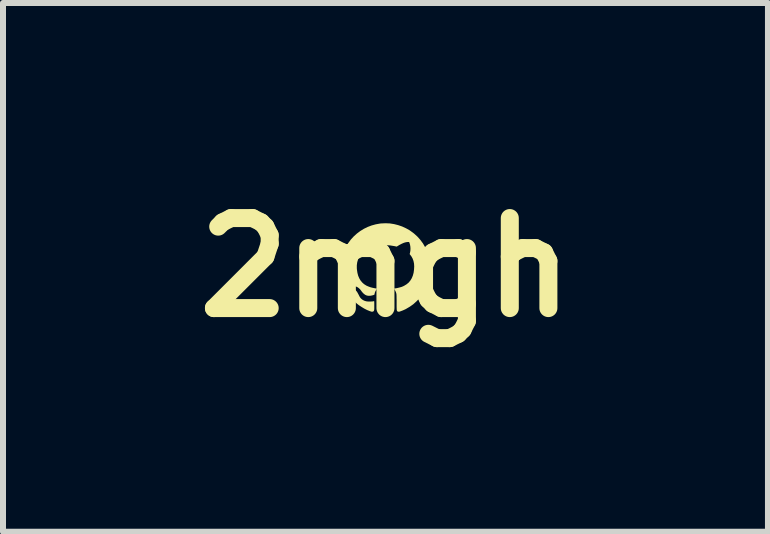
<source format=kicad_pcb>
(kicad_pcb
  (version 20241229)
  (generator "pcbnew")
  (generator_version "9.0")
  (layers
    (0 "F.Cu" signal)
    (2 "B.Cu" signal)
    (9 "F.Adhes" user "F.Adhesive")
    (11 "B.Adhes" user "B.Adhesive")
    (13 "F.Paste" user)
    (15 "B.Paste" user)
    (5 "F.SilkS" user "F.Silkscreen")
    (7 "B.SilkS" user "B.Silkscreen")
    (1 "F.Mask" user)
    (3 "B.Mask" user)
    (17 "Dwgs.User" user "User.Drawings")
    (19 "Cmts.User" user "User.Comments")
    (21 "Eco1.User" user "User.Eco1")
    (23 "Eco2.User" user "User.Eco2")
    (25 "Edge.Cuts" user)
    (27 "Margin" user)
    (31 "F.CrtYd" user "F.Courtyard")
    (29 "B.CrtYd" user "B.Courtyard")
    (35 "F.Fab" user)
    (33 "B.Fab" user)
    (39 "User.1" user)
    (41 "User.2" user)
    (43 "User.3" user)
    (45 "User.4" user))
  (footprint "2mgh"
    (layer "F.Cu")
    (at 3.371 1.404)
    (property "Reference" "2mgh" (at 0 0 0) (layer "F.SilkS") (effects (font (size 1.5 1.5) (thickness 0.3))))
    (attr board_only exclude_from_pos_files exclude_from_bom)
    (fp_poly (pts (xy 0.073 -0.732) (xy 0.143 -0.721) (xy 0.211 -0.704) (xy 0.278 -0.681) (xy 0.343 -0.651) (xy 0.405 -0.616) (xy 0.463 -0.574) (xy 0.479 -0.561) (xy 0.533 -0.512) (xy 0.581 -0.458) (xy 0.624 -0.4) (xy 0.66 -0.338) (xy 0.691 -0.274) (xy 0.715 -0.206) (xy 0.733 -0.136) (xy 0.745 -0.063) (xy 0.749 -0.011) (xy 0.748 0.062) (xy 0.741 0.133) (xy 0.727 0.203) (xy 0.707 0.271) (xy 0.681 0.337) (xy 0.648 0.399) (xy 0.61 0.458) (xy 0.567 0.514) (xy 0.518 0.565) (xy 0.465 0.613) (xy 0.406 0.655) (xy 0.343 0.692) (xy 0.334 0.697) (xy 0.312 0.707) (xy 0.29 0.717) (xy 0.269 0.725) (xy 0.25 0.732) (xy 0.235 0.737) (xy 0.225 0.739) (xy 0.223 0.739) (xy 0.213 0.738) (xy 0.205 0.735) (xy 0.2 0.733) (xy 0.196 0.73) (xy 0.193 0.726) (xy 0.191 0.72) (xy 0.189 0.711) (xy 0.187 0.699) (xy 0.187 0.683) (xy 0.186 0.663) (xy 0.186 0.637) (xy 0.186 0.605) (xy 0.186 0.584) (xy 0.186 0.545) (xy 0.185 0.512) (xy 0.185 0.484) (xy 0.184 0.462) (xy 0.183 0.446) (xy 0.182 0.439) (xy 0.175 0.414) (xy 0.164 0.39) (xy 0.152 0.37) (xy 0.15 0.368) (xy 0.139 0.354) (xy 0.151 0.352) (xy 0.188 0.346) (xy 0.219 0.339) (xy 0.246 0.332) (xy 0.27 0.325) (xy 0.292 0.316) (xy 0.314 0.305) (xy 0.353 0.281) (xy 0.387 0.253) (xy 0.415 0.219) (xy 0.438 0.181) (xy 0.456 0.138) (xy 0.469 0.09) (xy 0.476 0.037) (xy 0.479 -0.015) (xy 0.476 -0.063) (xy 0.467 -0.107) (xy 0.452 -0.148) (xy 0.431 -0.185) (xy 0.415 -0.206) (xy 0.403 -0.222) (xy 0.409 -0.243) (xy 0.415 -0.274) (xy 0.417 -0.309) (xy 0.415 -0.345) (xy 0.409 -0.379) (xy 0.401 -0.406) (xy 0.394 -0.423) (xy 0.37 -0.423) (xy 0.341 -0.419) (xy 0.309 -0.41) (xy 0.272 -0.394) (xy 0.232 -0.373) (xy 0.222 -0.367) (xy 0.188 -0.346) (xy 0.145 -0.355) (xy 0.075 -0.366) (xy 0.004 -0.37) (xy -0.067 -0.367) (xy -0.136 -0.357) (xy -0.163 -0.351) (xy -0.188 -0.346) (xy -0.214 -0.362) (xy -0.241 -0.379) (xy -0.27 -0.393) (xy -0.298 -0.406) (xy -0.326 -0.415) (xy -0.351 -0.422) (xy -0.371 -0.424) (xy -0.379 -0.424) (xy -0.395 -0.423) (xy -0.403 -0.395) (xy -0.407 -0.383) (xy -0.409 -0.372) (xy -0.411 -0.36) (xy -0.412 -0.346) (xy -0.412 -0.328) (xy -0.412 -0.309) (xy -0.412 -0.285) (xy -0.411 -0.266) (xy -0.41 -0.252) (xy -0.408 -0.243) (xy -0.407 -0.238) (xy -0.401 -0.223) (xy -0.419 -0.2) (xy -0.442 -0.163) (xy -0.46 -0.124) (xy -0.471 -0.081) (xy -0.477 -0.035) (xy -0.477 0.015) (xy -0.475 0.038) (xy -0.467 0.091) (xy -0.455 0.138) (xy -0.437 0.181) (xy -0.415 0.218) (xy -0.388 0.251) (xy -0.357 0.279) (xy -0.319 0.303) (xy -0.311 0.307) (xy -0.283 0.319) (xy -0.253 0.33) (xy -0.22 0.339) (xy -0.181 0.347) (xy -0.153 0.352) (xy -0.139 0.354) (xy -0.151 0.371) (xy -0.165 0.393) (xy -0.175 0.416) (xy -0.18 0.436) (xy -0.184 0.455) (xy -0.209 0.464) (xy -0.244 0.472) (xy -0.277 0.474) (xy -0.308 0.47) (xy -0.336 0.458) (xy -0.362 0.439) (xy -0.386 0.414) (xy -0.396 0.401) (xy -0.419 0.37) (xy -0.442 0.347) (xy -0.466 0.33) (xy -0.491 0.319) (xy -0.508 0.316) (xy -0.522 0.315) (xy -0.536 0.317) (xy -0.546 0.322) (xy -0.552 0.327) (xy -0.55 0.333) (xy -0.543 0.342) (xy -0.532 0.353) (xy -0.517 0.366) (xy -0.509 0.371) (xy -0.494 0.384) (xy -0.479 0.4) (xy -0.466 0.42) (xy -0.452 0.446) (xy -0.445 0.459) (xy -0.433 0.483) (xy -0.422 0.501) (xy -0.411 0.515) (xy -0.398 0.527) (xy -0.384 0.538) (xy -0.381 0.54) (xy -0.358 0.553) (xy -0.336 0.561) (xy -0.311 0.567) (xy -0.283 0.569) (xy -0.264 0.569) (xy -0.246 0.569) (xy -0.228 0.568) (xy -0.214 0.567) (xy -0.205 0.565) (xy -0.195 0.563) (xy -0.189 0.563) (xy -0.188 0.564) (xy -0.187 0.568) (xy -0.187 0.578) (xy -0.186 0.593) (xy -0.186 0.611) (xy -0.186 0.633) (xy -0.186 0.638) (xy -0.186 0.665) (xy -0.186 0.687) (xy -0.187 0.703) (xy -0.189 0.714) (xy -0.192 0.722) (xy -0.195 0.728) (xy -0.2 0.732) (xy -0.204 0.734) (xy -0.214 0.738) (xy -0.224 0.739) (xy -0.237 0.737) (xy -0.254 0.731) (xy -0.263 0.728) (xy -0.307 0.71) (xy -0.354 0.686) (xy -0.4 0.658) (xy -0.444 0.629) (xy -0.477 0.603) (xy -0.531 0.554) (xy -0.579 0.5) (xy -0.621 0.442) (xy -0.658 0.382) (xy -0.689 0.318) (xy -0.713 0.252) (xy -0.732 0.185) (xy -0.744 0.115) (xy -0.749 0.045) (xy -0.748 -0.026) (xy -0.74 -0.098) (xy -0.726 -0.169) (xy -0.712 -0.214) (xy -0.687 -0.282) (xy -0.655 -0.347) (xy -0.618 -0.407) (xy -0.576 -0.464) (xy -0.528 -0.516) (xy -0.476 -0.563) (xy -0.42 -0.605) (xy -0.36 -0.642) (xy -0.297 -0.673) (xy -0.231 -0.698) (xy -0.162 -0.717) (xy -0.09 -0.73) (xy -0.068 -0.732) (xy 0.002 -0.735)) (stroke (width 0) (type solid)) (fill yes) (layer "F.SilkS")))
  (gr_rect
    (start -3 -3)
    (end 9.743 5.808)
    (stroke (width 0.1) (type default))
    (fill no)
    (layer "Edge.Cuts")))
</source>
